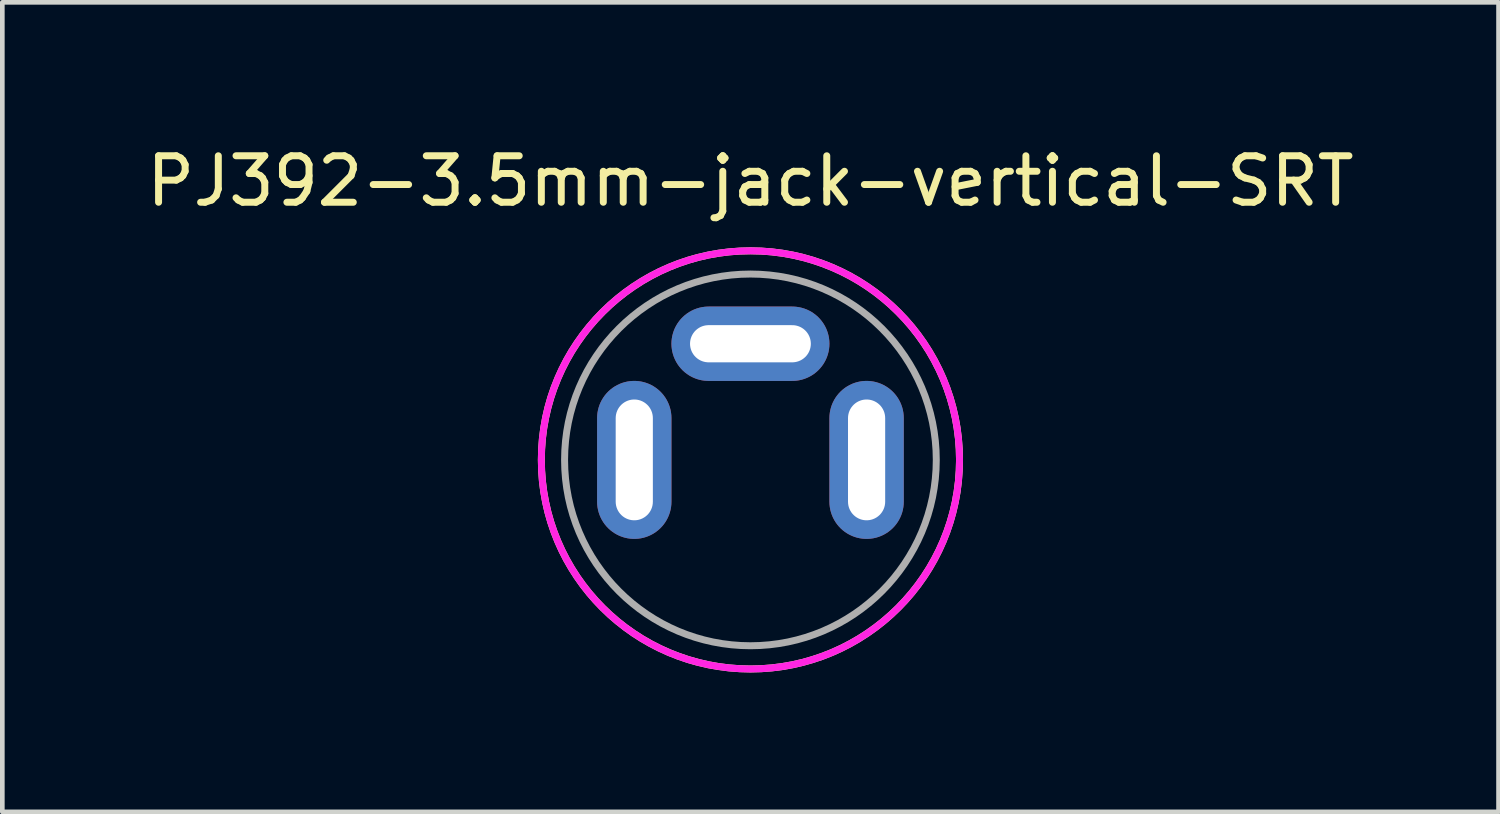
<source format=kicad_pcb>
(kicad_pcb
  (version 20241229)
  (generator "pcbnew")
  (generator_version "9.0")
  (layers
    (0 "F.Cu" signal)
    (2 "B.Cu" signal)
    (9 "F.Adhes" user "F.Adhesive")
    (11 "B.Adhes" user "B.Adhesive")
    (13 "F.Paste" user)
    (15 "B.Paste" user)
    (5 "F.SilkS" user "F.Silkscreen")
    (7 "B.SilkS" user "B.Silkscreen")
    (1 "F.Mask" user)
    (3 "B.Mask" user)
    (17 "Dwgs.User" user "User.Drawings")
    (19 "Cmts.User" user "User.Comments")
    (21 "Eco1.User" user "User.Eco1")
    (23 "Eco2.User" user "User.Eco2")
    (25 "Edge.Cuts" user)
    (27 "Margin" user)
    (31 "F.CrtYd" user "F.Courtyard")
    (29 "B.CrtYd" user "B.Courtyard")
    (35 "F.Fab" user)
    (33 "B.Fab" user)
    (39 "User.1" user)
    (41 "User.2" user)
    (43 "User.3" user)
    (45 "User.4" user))
  (footprint "PJ392-3.5mm-jack-vertical-SRT"
    (layer "F.Cu")
    (at 13.101 6.848)
    (property "Reference" "PJ392-3.5mm-jack-vertical-SRT" (at 0 -6 0) (layer "F.SilkS") (effects (font (size 1 1) (thickness 0.15))))
    (attr through_hole)
    (fp_circle (center 0 0) (end 4.5 0) (stroke (width 0.15) (type solid)) (fill no) (layer "F.SilkS"))
    (fp_circle (center 0 0) (end 4.5 0) (stroke (width 0.15) (type solid)) (fill no) (layer "F.CrtYd"))
    (fp_circle (center 0 0) (end 4 0) (stroke (width 0.15) (type solid)) (fill no) (layer "F.Fab"))
    (pad "R" thru_hole oval (at 2.5 0 90) (size 3.4 1.6) (drill oval 2.6 0.8) (layers "*.Cu" "*.Mask"))
    (pad "S" thru_hole oval (at 0 -2.5) (size 3.4 1.6) (drill oval 2.6 0.8) (layers "*.Cu" "*.Mask"))
    (pad "T" thru_hole oval (at -2.5 0 270) (size 3.4 1.6) (drill oval 2.6 0.8) (layers "*.Cu" "*.Mask")))
  (gr_rect
    (start -3 -3)
    (end 29.202 14.423)
    (stroke (width 0.1) (type default))
    (fill no)
    (layer "Edge.Cuts")))
</source>
